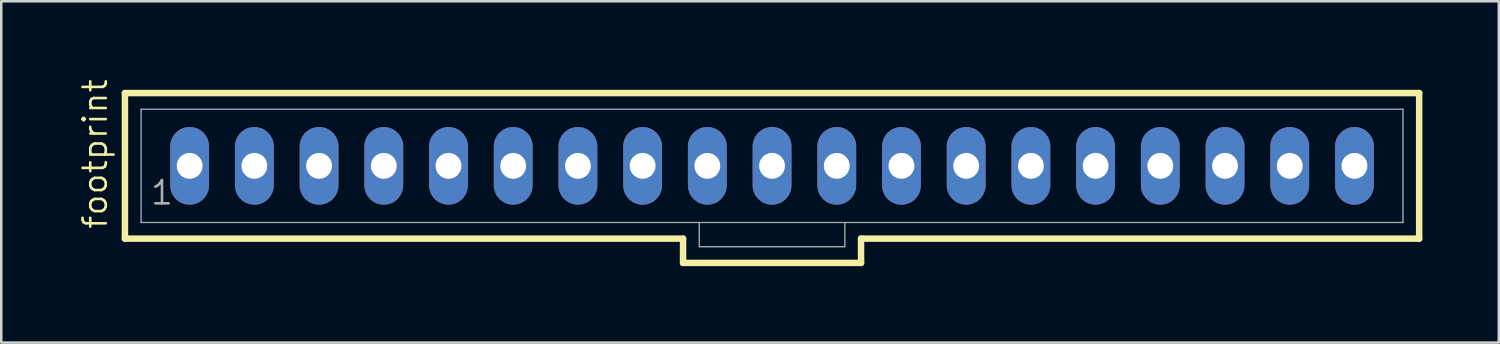
<source format=kicad_pcb>
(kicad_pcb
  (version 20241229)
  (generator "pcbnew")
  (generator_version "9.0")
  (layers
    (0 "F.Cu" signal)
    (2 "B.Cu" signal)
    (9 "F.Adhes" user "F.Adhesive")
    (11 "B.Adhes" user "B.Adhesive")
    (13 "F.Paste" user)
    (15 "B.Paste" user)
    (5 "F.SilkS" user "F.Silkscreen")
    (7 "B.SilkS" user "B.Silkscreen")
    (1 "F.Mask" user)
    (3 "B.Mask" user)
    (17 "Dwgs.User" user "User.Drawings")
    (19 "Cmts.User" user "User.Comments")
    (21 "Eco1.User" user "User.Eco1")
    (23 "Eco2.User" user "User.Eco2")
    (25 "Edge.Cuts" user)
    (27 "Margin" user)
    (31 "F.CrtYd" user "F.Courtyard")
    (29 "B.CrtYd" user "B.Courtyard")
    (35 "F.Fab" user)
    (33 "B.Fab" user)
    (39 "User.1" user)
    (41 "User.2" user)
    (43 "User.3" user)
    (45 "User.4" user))
  (footprint "footprint"
    (layer "F.Cu")
    (at 27.254 3.46)
    (property "Reference" "footprint" (at -26.035 2.54 90) (layer "F.SilkS") (effects (font (size 0.914 0.914) (thickness 0.102)) (justify left bottom)))
    (fp_line (start -25.4 -2.857) (end -25.4 2.857) (stroke (width 0.254) (type solid)) (layer "F.SilkS"))
    (fp_line (start -25.4 2.857) (end -3.493 2.857) (stroke (width 0.254) (type solid)) (layer "F.SilkS"))
    (fp_line (start -3.493 2.857) (end -3.493 3.81) (stroke (width 0.254) (type solid)) (layer "F.SilkS"))
    (fp_line (start -3.493 3.81) (end 3.493 3.81) (stroke (width 0.254) (type solid)) (layer "F.SilkS"))
    (fp_line (start 3.493 2.857) (end 25.4 2.857) (stroke (width 0.254) (type solid)) (layer "F.SilkS"))
    (fp_line (start 3.493 3.81) (end 3.493 2.857) (stroke (width 0.254) (type solid)) (layer "F.SilkS"))
    (fp_line (start 25.4 -2.857) (end -25.4 -2.857) (stroke (width 0.254) (type solid)) (layer "F.SilkS"))
    (fp_line (start 25.4 2.857) (end 25.4 -2.857) (stroke (width 0.254) (type solid)) (layer "F.SilkS"))
    (fp_line (start -24.765 -2.223) (end -24.765 2.223) (stroke (width 0.051) (type solid)) (layer "F.Fab"))
    (fp_line (start -24.765 -2.223) (end 24.765 -2.223) (stroke (width 0.051) (type solid)) (layer "F.Fab"))
    (fp_line (start -24.765 2.223) (end -2.857 2.223) (stroke (width 0.051) (type solid)) (layer "F.Fab"))
    (fp_line (start -2.857 2.223) (end -2.857 3.175) (stroke (width 0.051) (type solid)) (layer "F.Fab"))
    (fp_line (start -2.857 2.223) (end 2.857 2.223) (stroke (width 0.051) (type solid)) (layer "F.Fab"))
    (fp_line (start 2.857 2.223) (end 2.857 3.175) (stroke (width 0.051) (type solid)) (layer "F.Fab"))
    (fp_line (start 2.857 2.223) (end 24.765 2.223) (stroke (width 0.051) (type solid)) (layer "F.Fab"))
    (fp_line (start 2.857 3.175) (end -2.857 3.175) (stroke (width 0.051) (type solid)) (layer "F.Fab"))
    (fp_line (start 24.765 -2.223) (end 24.765 2.223) (stroke (width 0.051) (type solid)) (layer "F.Fab"))
    (fp_poly (pts (xy -23.098 0.238) (xy -22.622 0.238) (xy -22.622 -0.238) (xy -23.098 -0.238)) (stroke (width 0.1) (type solid)) (fill no) (layer "F.Fab"))
    (fp_poly (pts (xy -20.558 0.238) (xy -20.082 0.238) (xy -20.082 -0.238) (xy -20.558 -0.238)) (stroke (width 0.1) (type solid)) (fill no) (layer "F.Fab"))
    (fp_poly (pts (xy -18.018 0.238) (xy -17.542 0.238) (xy -17.542 -0.238) (xy -18.018 -0.238)) (stroke (width 0.1) (type solid)) (fill no) (layer "F.Fab"))
    (fp_poly (pts (xy -15.478 0.238) (xy -15.002 0.238) (xy -15.002 -0.238) (xy -15.478 -0.238)) (stroke (width 0.1) (type solid)) (fill no) (layer "F.Fab"))
    (fp_poly (pts (xy -12.938 0.238) (xy -12.462 0.238) (xy -12.462 -0.238) (xy -12.938 -0.238)) (stroke (width 0.1) (type solid)) (fill no) (layer "F.Fab"))
    (fp_poly (pts (xy -10.398 0.238) (xy -9.922 0.238) (xy -9.922 -0.238) (xy -10.398 -0.238)) (stroke (width 0.1) (type solid)) (fill no) (layer "F.Fab"))
    (fp_poly (pts (xy -7.858 0.238) (xy -7.382 0.238) (xy -7.382 -0.238) (xy -7.858 -0.238)) (stroke (width 0.1) (type solid)) (fill no) (layer "F.Fab"))
    (fp_poly (pts (xy -5.318 0.238) (xy -4.842 0.238) (xy -4.842 -0.238) (xy -5.318 -0.238)) (stroke (width 0.1) (type solid)) (fill no) (layer "F.Fab"))
    (fp_poly (pts (xy -2.778 0.238) (xy -2.302 0.238) (xy -2.302 -0.238) (xy -2.778 -0.238)) (stroke (width 0.1) (type solid)) (fill no) (layer "F.Fab"))
    (fp_poly (pts (xy -0.238 0.238) (xy 0.238 0.238) (xy 0.238 -0.238) (xy -0.238 -0.238)) (stroke (width 0.1) (type solid)) (fill no) (layer "F.Fab"))
    (fp_poly (pts (xy 2.302 0.238) (xy 2.778 0.238) (xy 2.778 -0.238) (xy 2.302 -0.238)) (stroke (width 0.1) (type solid)) (fill no) (layer "F.Fab"))
    (fp_poly (pts (xy 4.842 0.238) (xy 5.318 0.238) (xy 5.318 -0.238) (xy 4.842 -0.238)) (stroke (width 0.1) (type solid)) (fill no) (layer "F.Fab"))
    (fp_poly (pts (xy 7.382 0.238) (xy 7.858 0.238) (xy 7.858 -0.238) (xy 7.382 -0.238)) (stroke (width 0.1) (type solid)) (fill no) (layer "F.Fab"))
    (fp_poly (pts (xy 9.922 0.238) (xy 10.398 0.238) (xy 10.398 -0.238) (xy 9.922 -0.238)) (stroke (width 0.1) (type solid)) (fill no) (layer "F.Fab"))
    (fp_poly (pts (xy 12.462 0.238) (xy 12.938 0.238) (xy 12.938 -0.238) (xy 12.462 -0.238)) (stroke (width 0.1) (type solid)) (fill no) (layer "F.Fab"))
    (fp_poly (pts (xy 15.002 0.238) (xy 15.478 0.238) (xy 15.478 -0.238) (xy 15.002 -0.238)) (stroke (width 0.1) (type solid)) (fill no) (layer "F.Fab"))
    (fp_poly (pts (xy 17.542 0.238) (xy 18.018 0.238) (xy 18.018 -0.238) (xy 17.542 -0.238)) (stroke (width 0.1) (type solid)) (fill no) (layer "F.Fab"))
    (fp_poly (pts (xy 20.082 0.238) (xy 20.558 0.238) (xy 20.558 -0.238) (xy 20.082 -0.238)) (stroke (width 0.1) (type solid)) (fill no) (layer "F.Fab"))
    (fp_poly (pts (xy 22.622 0.238) (xy 23.098 0.238) (xy 23.098 -0.238) (xy 22.622 -0.238)) (stroke (width 0.1) (type solid)) (fill no) (layer "F.Fab"))
    (fp_text user "1" (at -24.448 1.587 0) (layer "F.Fab") (effects (font (size 0.914 0.914) (thickness 0.102)) (justify left bottom)))
    (pad "1" thru_hole oval (at -22.86 0 90) (size 3.048 1.524) (drill 1.016) (layers "*.Cu" "*.Mask"))
    (pad "2" thru_hole oval (at -20.32 0 90) (size 3.048 1.524) (drill 1.016) (layers "*.Cu" "*.Mask"))
    (pad "3" thru_hole oval (at -17.78 0 90) (size 3.048 1.524) (drill 1.016) (layers "*.Cu" "*.Mask"))
    (pad "4" thru_hole oval (at -15.24 0 90) (size 3.048 1.524) (drill 1.016) (layers "*.Cu" "*.Mask"))
    (pad "5" thru_hole oval (at -12.7 0 90) (size 3.048 1.524) (drill 1.016) (layers "*.Cu" "*.Mask"))
    (pad "6" thru_hole oval (at -10.16 0 90) (size 3.048 1.524) (drill 1.016) (layers "*.Cu" "*.Mask"))
    (pad "7" thru_hole oval (at -7.62 0 90) (size 3.048 1.524) (drill 1.016) (layers "*.Cu" "*.Mask"))
    (pad "8" thru_hole oval (at -5.08 0 90) (size 3.048 1.524) (drill 1.016) (layers "*.Cu" "*.Mask"))
    (pad "9" thru_hole oval (at -2.54 0 90) (size 3.048 1.524) (drill 1.016) (layers "*.Cu" "*.Mask"))
    (pad "10" thru_hole oval (at 0 0 90) (size 3.048 1.524) (drill 1.016) (layers "*.Cu" "*.Mask"))
    (pad "11" thru_hole oval (at 2.54 0 90) (size 3.048 1.524) (drill 1.016) (layers "*.Cu" "*.Mask"))
    (pad "12" thru_hole oval (at 5.08 0 90) (size 3.048 1.524) (drill 1.016) (layers "*.Cu" "*.Mask"))
    (pad "13" thru_hole oval (at 7.62 0 90) (size 3.048 1.524) (drill 1.016) (layers "*.Cu" "*.Mask"))
    (pad "14" thru_hole oval (at 10.16 0 90) (size 3.048 1.524) (drill 1.016) (layers "*.Cu" "*.Mask"))
    (pad "15" thru_hole oval (at 12.7 0 90) (size 3.048 1.524) (drill 1.016) (layers "*.Cu" "*.Mask"))
    (pad "16" thru_hole oval (at 15.24 0 90) (size 3.048 1.524) (drill 1.016) (layers "*.Cu" "*.Mask"))
    (pad "17" thru_hole oval (at 17.78 0 90) (size 3.048 1.524) (drill 1.016) (layers "*.Cu" "*.Mask"))
    (pad "18" thru_hole oval (at 20.32 0 90) (size 3.048 1.524) (drill 1.016) (layers "*.Cu" "*.Mask"))
    (pad "19" thru_hole oval (at 22.86 0 90) (size 3.048 1.524) (drill 1.016) (layers "*.Cu" "*.Mask")))
  (gr_rect
    (start -3 -3)
    (end 55.781 10.397)
    (stroke (width 0.1) (type default))
    (fill no)
    (layer "Edge.Cuts")))
</source>
